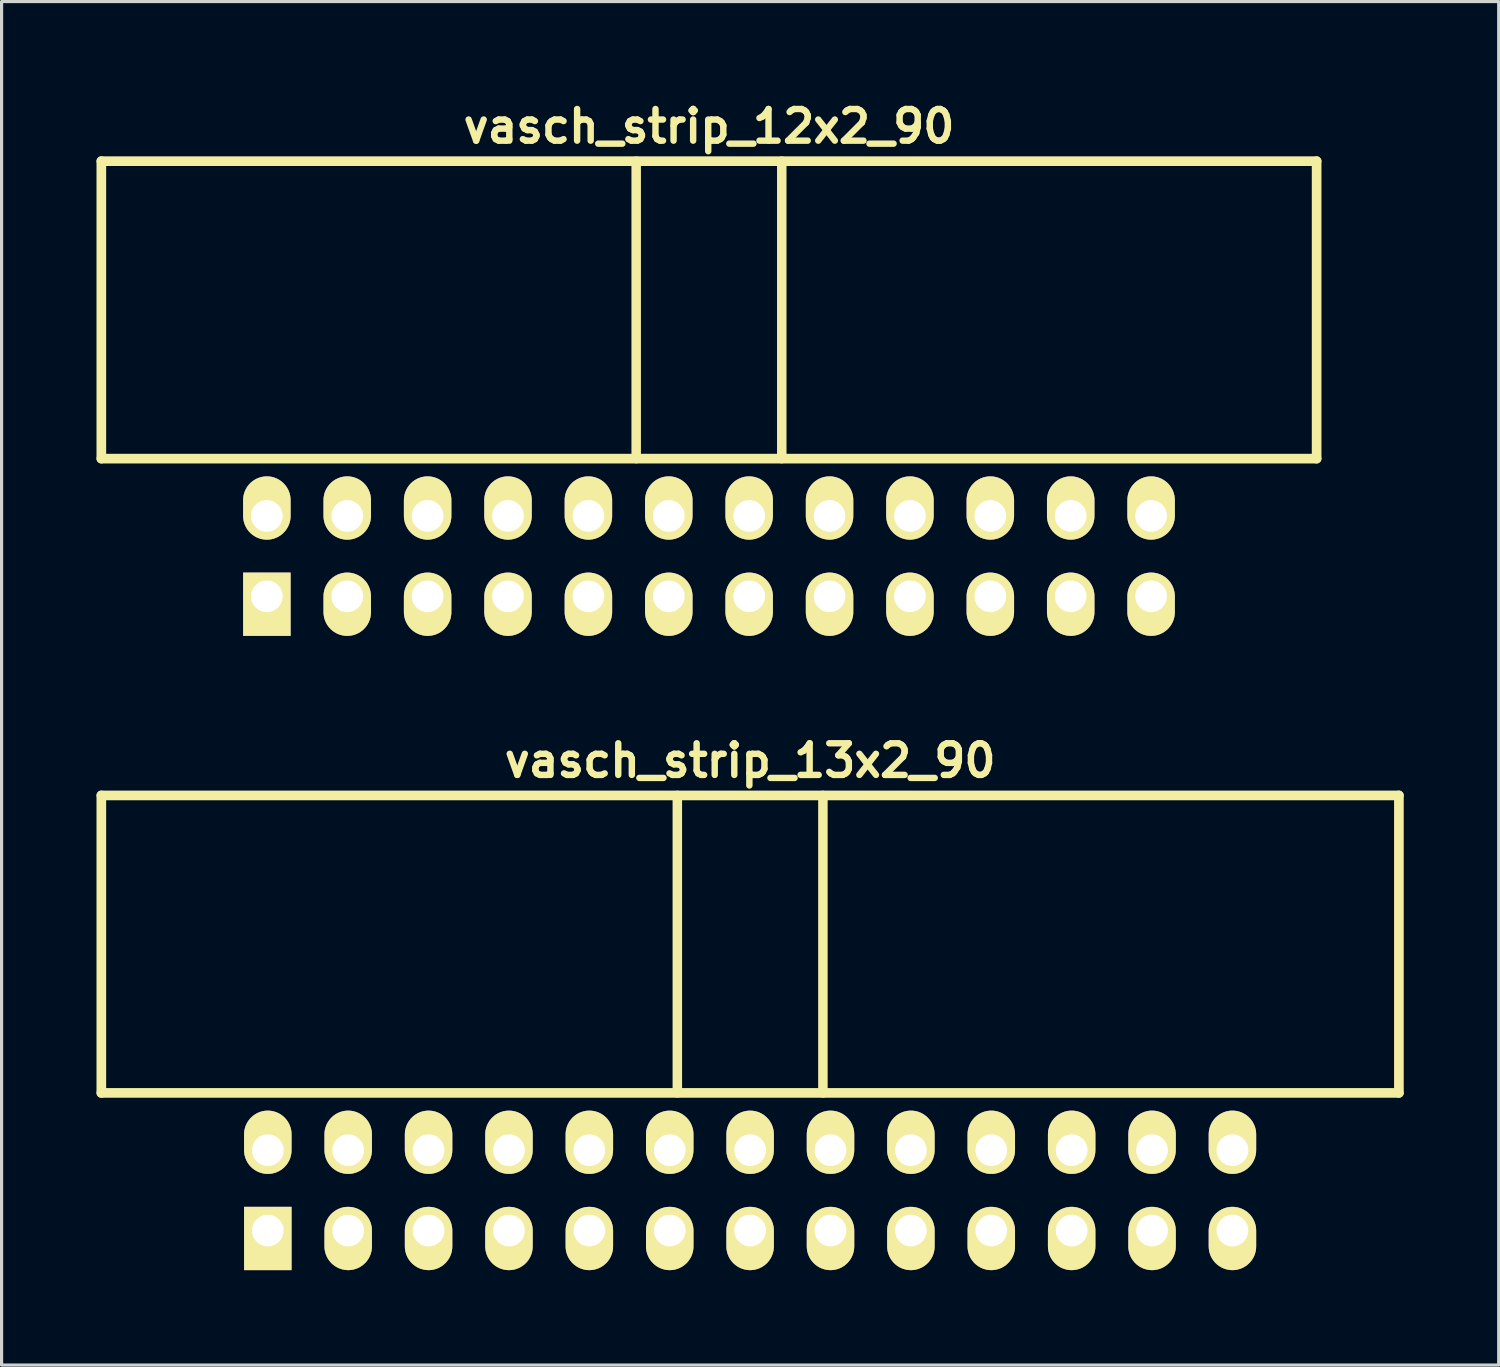
<source format=kicad_pcb>
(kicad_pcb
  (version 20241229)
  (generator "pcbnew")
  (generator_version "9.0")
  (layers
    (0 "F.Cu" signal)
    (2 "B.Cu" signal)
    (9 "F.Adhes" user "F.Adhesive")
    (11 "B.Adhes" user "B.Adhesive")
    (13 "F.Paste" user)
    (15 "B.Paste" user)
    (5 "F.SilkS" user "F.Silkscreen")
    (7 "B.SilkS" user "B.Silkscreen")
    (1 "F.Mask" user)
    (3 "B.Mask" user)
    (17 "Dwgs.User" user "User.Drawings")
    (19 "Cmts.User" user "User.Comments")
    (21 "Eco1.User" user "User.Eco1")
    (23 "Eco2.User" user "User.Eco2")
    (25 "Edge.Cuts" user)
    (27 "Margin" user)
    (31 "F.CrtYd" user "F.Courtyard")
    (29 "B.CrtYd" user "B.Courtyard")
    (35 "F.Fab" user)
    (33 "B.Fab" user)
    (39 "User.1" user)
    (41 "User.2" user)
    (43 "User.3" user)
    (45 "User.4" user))
  (footprint "vasch_strip_12x2_90"
    (layer "F.Cu")
    (at 19.352 9.442)
    (property "Reference" "vasch_strip_12x2_90" (at 0 -8.5 0) (layer "F.SilkS") (effects (font (size 1 1) (thickness 0.203))))
    (attr through_hole)
    (fp_line (start -19.2 -7.4) (end -19.2 2) (stroke (width 0.305) (type solid)) (layer "F.SilkS"))
    (fp_line (start -19.2 2) (end 19.2 2) (stroke (width 0.305) (type solid)) (layer "F.SilkS"))
    (fp_line (start -2.3 -7.4) (end -2.3 2) (stroke (width 0.3) (type solid)) (layer "F.SilkS"))
    (fp_line (start 2.3 -7.4) (end 2.3 2) (stroke (width 0.3) (type solid)) (layer "F.SilkS"))
    (fp_line (start 19.2 -7.4) (end -19.2 -7.4) (stroke (width 0.305) (type solid)) (layer "F.SilkS"))
    (fp_line (start 19.2 -7.4) (end 19.2 2) (stroke (width 0.305) (type solid)) (layer "F.SilkS"))
    (pad "1" thru_hole rect (at -13.97 6.35) (size 1.5 2) (drill 1 (offset 0 0.25)) (layers "*.Cu" "*.Mask" "F.SilkS"))
    (pad "2" thru_hole oval (at -13.97 3.81) (size 1.5 2) (drill 1 (offset 0 -0.25)) (layers "*.Cu" "*.Mask" "F.SilkS"))
    (pad "3" thru_hole oval (at -11.43 6.35) (size 1.5 2) (drill 1 (offset 0 0.25)) (layers "*.Cu" "*.Mask" "F.SilkS"))
    (pad "4" thru_hole oval (at -11.43 3.81) (size 1.5 2) (drill 1 (offset 0 -0.25)) (layers "*.Cu" "*.Mask" "F.SilkS"))
    (pad "5" thru_hole oval (at -8.89 6.35) (size 1.5 2) (drill 1 (offset 0 0.25)) (layers "*.Cu" "*.Mask" "F.SilkS"))
    (pad "6" thru_hole oval (at -8.89 3.81) (size 1.5 2) (drill 1 (offset 0 -0.25)) (layers "*.Cu" "*.Mask" "F.SilkS"))
    (pad "7" thru_hole oval (at -6.35 6.35) (size 1.5 2) (drill 1 (offset 0 0.25)) (layers "*.Cu" "*.Mask" "F.SilkS"))
    (pad "8" thru_hole oval (at -6.35 3.81) (size 1.5 2) (drill 1 (offset 0 -0.25)) (layers "*.Cu" "*.Mask" "F.SilkS"))
    (pad "9" thru_hole oval (at -3.81 6.35) (size 1.5 2) (drill 1 (offset 0 0.25)) (layers "*.Cu" "*.Mask" "F.SilkS"))
    (pad "10" thru_hole oval (at -3.81 3.81) (size 1.5 2) (drill 1 (offset 0 -0.25)) (layers "*.Cu" "*.Mask" "F.SilkS"))
    (pad "11" thru_hole oval (at -1.27 6.35) (size 1.5 2) (drill 1 (offset 0 0.25)) (layers "*.Cu" "*.Mask" "F.SilkS"))
    (pad "12" thru_hole oval (at -1.27 3.81) (size 1.5 2) (drill 1 (offset 0 -0.25)) (layers "*.Cu" "*.Mask" "F.SilkS"))
    (pad "13" thru_hole oval (at 1.27 6.35) (size 1.5 2) (drill 1 (offset 0 0.25)) (layers "*.Cu" "*.Mask" "F.SilkS"))
    (pad "14" thru_hole oval (at 1.27 3.81) (size 1.5 2) (drill 1 (offset 0 -0.25)) (layers "*.Cu" "*.Mask" "F.SilkS"))
    (pad "15" thru_hole oval (at 3.81 6.35) (size 1.5 2) (drill 1 (offset 0 0.25)) (layers "*.Cu" "*.Mask" "F.SilkS"))
    (pad "16" thru_hole oval (at 3.81 3.81) (size 1.5 2) (drill 1 (offset 0 -0.25)) (layers "*.Cu" "*.Mask" "F.SilkS"))
    (pad "17" thru_hole oval (at 6.35 6.35) (size 1.5 2) (drill 1 (offset 0 0.25)) (layers "*.Cu" "*.Mask" "F.SilkS"))
    (pad "18" thru_hole oval (at 6.35 3.81) (size 1.5 2) (drill 1 (offset 0 -0.25)) (layers "*.Cu" "*.Mask" "F.SilkS"))
    (pad "19" thru_hole oval (at 8.89 6.35) (size 1.5 2) (drill 1 (offset 0 0.25)) (layers "*.Cu" "*.Mask" "F.SilkS"))
    (pad "20" thru_hole oval (at 8.89 3.81) (size 1.5 2) (drill 1 (offset 0 -0.25)) (layers "*.Cu" "*.Mask" "F.SilkS"))
    (pad "21" thru_hole oval (at 11.43 6.35) (size 1.5 2) (drill 1 (offset 0 0.25)) (layers "*.Cu" "*.Mask" "F.SilkS"))
    (pad "22" thru_hole oval (at 11.43 3.81) (size 1.5 2) (drill 1 (offset 0 -0.25)) (layers "*.Cu" "*.Mask" "F.SilkS"))
    (pad "23" thru_hole oval (at 13.97 6.35) (size 1.5 2) (drill 1 (offset 0 0.25)) (layers "*.Cu" "*.Mask" "F.SilkS"))
    (pad "24" thru_hole oval (at 13.97 3.81) (size 1.5 2) (drill 1 (offset 0 -0.25)) (layers "*.Cu" "*.Mask" "F.SilkS")))
  (footprint "vasch_strip_13x2_90"
    (layer "F.Cu")
    (at 20.652 29.483)
    (property "Reference" "vasch_strip_13x2_90" (at 0 -8.5 0) (layer "F.SilkS") (effects (font (size 1 1) (thickness 0.203))))
    (attr through_hole)
    (fp_line (start -20.5 -7.4) (end -20.5 2) (stroke (width 0.305) (type solid)) (layer "F.SilkS"))
    (fp_line (start -20.5 2) (end 20.5 2) (stroke (width 0.305) (type solid)) (layer "F.SilkS"))
    (fp_line (start -2.3 -7.4) (end -2.3 2) (stroke (width 0.3) (type solid)) (layer "F.SilkS"))
    (fp_line (start 2.3 -7.4) (end 2.3 2) (stroke (width 0.3) (type solid)) (layer "F.SilkS"))
    (fp_line (start 20.5 -7.4) (end -20.5 -7.4) (stroke (width 0.305) (type solid)) (layer "F.SilkS"))
    (fp_line (start 20.5 -7.4) (end 20.5 2) (stroke (width 0.305) (type solid)) (layer "F.SilkS"))
    (pad "1" thru_hole rect (at -15.24 6.35) (size 1.5 2) (drill 1 (offset 0 0.25)) (layers "*.Cu" "*.Mask" "F.SilkS"))
    (pad "2" thru_hole oval (at -15.24 3.81) (size 1.5 2) (drill 1 (offset 0 -0.25)) (layers "*.Cu" "*.Mask" "F.SilkS"))
    (pad "3" thru_hole oval (at -12.7 6.35) (size 1.5 2) (drill 1 (offset 0 0.25)) (layers "*.Cu" "*.Mask" "F.SilkS"))
    (pad "4" thru_hole oval (at -12.7 3.81) (size 1.5 2) (drill 1 (offset 0 -0.25)) (layers "*.Cu" "*.Mask" "F.SilkS"))
    (pad "5" thru_hole oval (at -10.16 6.35) (size 1.5 2) (drill 1 (offset 0 0.25)) (layers "*.Cu" "*.Mask" "F.SilkS"))
    (pad "6" thru_hole oval (at -10.16 3.81) (size 1.5 2) (drill 1 (offset 0 -0.25)) (layers "*.Cu" "*.Mask" "F.SilkS"))
    (pad "7" thru_hole oval (at -7.62 6.35) (size 1.5 2) (drill 1 (offset 0 0.25)) (layers "*.Cu" "*.Mask" "F.SilkS"))
    (pad "8" thru_hole oval (at -7.62 3.81) (size 1.5 2) (drill 1 (offset 0 -0.25)) (layers "*.Cu" "*.Mask" "F.SilkS"))
    (pad "9" thru_hole oval (at -5.08 6.35) (size 1.5 2) (drill 1 (offset 0 0.25)) (layers "*.Cu" "*.Mask" "F.SilkS"))
    (pad "10" thru_hole oval (at -5.08 3.81) (size 1.5 2) (drill 1 (offset 0 -0.25)) (layers "*.Cu" "*.Mask" "F.SilkS"))
    (pad "11" thru_hole oval (at -2.54 6.35) (size 1.5 2) (drill 1 (offset 0 0.25)) (layers "*.Cu" "*.Mask" "F.SilkS"))
    (pad "12" thru_hole oval (at -2.54 3.81) (size 1.5 2) (drill 1 (offset 0 -0.25)) (layers "*.Cu" "*.Mask" "F.SilkS"))
    (pad "13" thru_hole oval (at 0 6.35) (size 1.5 2) (drill 1 (offset 0 0.25)) (layers "*.Cu" "*.Mask" "F.SilkS"))
    (pad "14" thru_hole oval (at 0 3.81) (size 1.5 2) (drill 1 (offset 0 -0.25)) (layers "*.Cu" "*.Mask" "F.SilkS"))
    (pad "15" thru_hole oval (at 2.54 6.35) (size 1.5 2) (drill 1 (offset 0 0.25)) (layers "*.Cu" "*.Mask" "F.SilkS"))
    (pad "16" thru_hole oval (at 2.54 3.81) (size 1.5 2) (drill 1 (offset 0 -0.25)) (layers "*.Cu" "*.Mask" "F.SilkS"))
    (pad "17" thru_hole oval (at 5.08 6.35) (size 1.5 2) (drill 1 (offset 0 0.25)) (layers "*.Cu" "*.Mask" "F.SilkS"))
    (pad "18" thru_hole oval (at 5.08 3.81) (size 1.5 2) (drill 1 (offset 0 -0.25)) (layers "*.Cu" "*.Mask" "F.SilkS"))
    (pad "19" thru_hole oval (at 7.62 6.35) (size 1.5 2) (drill 1 (offset 0 0.25)) (layers "*.Cu" "*.Mask" "F.SilkS"))
    (pad "20" thru_hole oval (at 7.62 3.81) (size 1.5 2) (drill 1 (offset 0 -0.25)) (layers "*.Cu" "*.Mask" "F.SilkS"))
    (pad "21" thru_hole oval (at 10.16 6.35) (size 1.5 2) (drill 1 (offset 0 0.25)) (layers "*.Cu" "*.Mask" "F.SilkS"))
    (pad "22" thru_hole oval (at 10.16 3.81) (size 1.5 2) (drill 1 (offset 0 -0.25)) (layers "*.Cu" "*.Mask" "F.SilkS"))
    (pad "23" thru_hole oval (at 12.7 6.35) (size 1.5 2) (drill 1 (offset 0 0.25)) (layers "*.Cu" "*.Mask" "F.SilkS"))
    (pad "24" thru_hole oval (at 12.7 3.81) (size 1.5 2) (drill 1 (offset 0 -0.25)) (layers "*.Cu" "*.Mask" "F.SilkS"))
    (pad "25" thru_hole oval (at 15.24 6.35) (size 1.5 2) (drill 1 (offset 0 0.25)) (layers "*.Cu" "*.Mask" "F.SilkS"))
    (pad "26" thru_hole oval (at 15.24 3.81) (size 1.5 2) (drill 1 (offset 0 -0.25)) (layers "*.Cu" "*.Mask" "F.SilkS")))
  (gr_rect
    (start -3 -3)
    (end 44.305 40.083)
    (stroke (width 0.1) (type default))
    (fill no)
    (layer "Edge.Cuts")))
</source>
